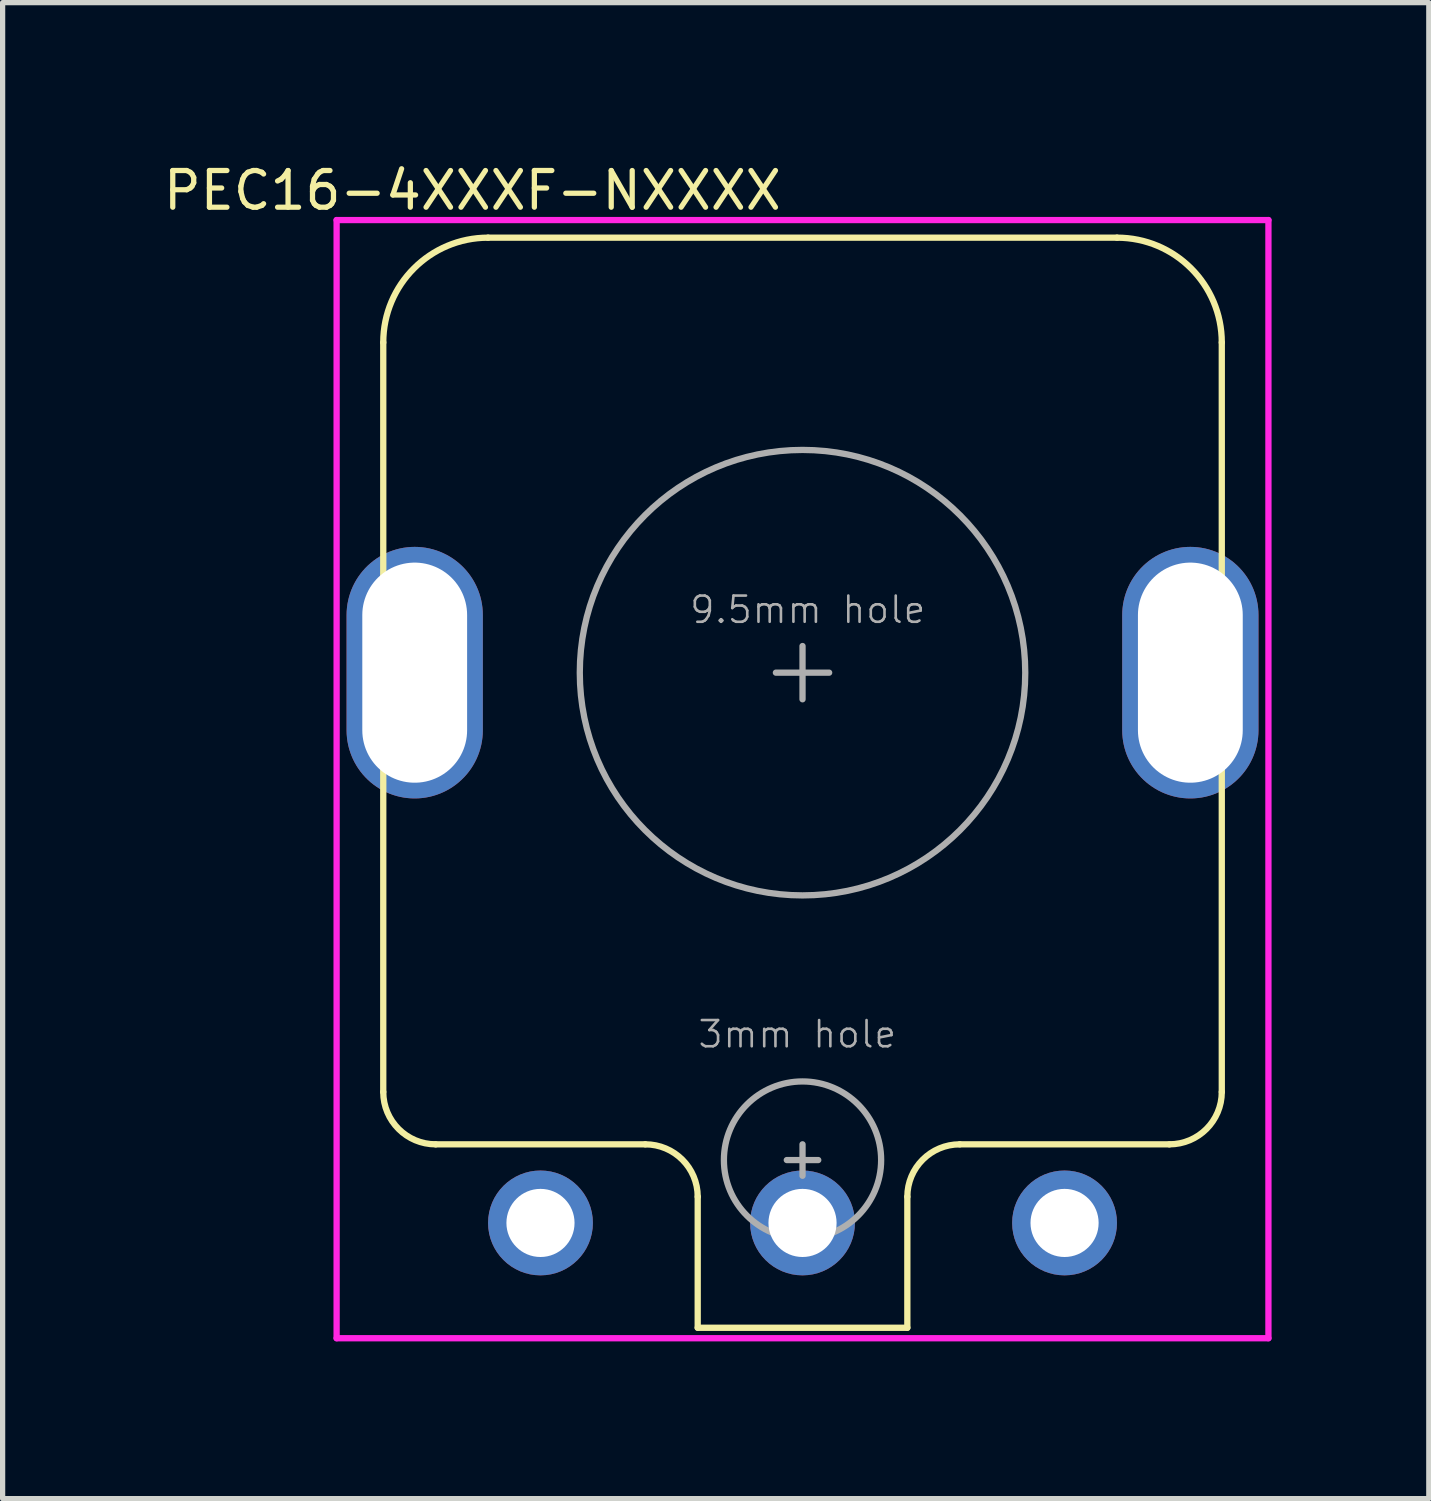
<source format=kicad_pcb>
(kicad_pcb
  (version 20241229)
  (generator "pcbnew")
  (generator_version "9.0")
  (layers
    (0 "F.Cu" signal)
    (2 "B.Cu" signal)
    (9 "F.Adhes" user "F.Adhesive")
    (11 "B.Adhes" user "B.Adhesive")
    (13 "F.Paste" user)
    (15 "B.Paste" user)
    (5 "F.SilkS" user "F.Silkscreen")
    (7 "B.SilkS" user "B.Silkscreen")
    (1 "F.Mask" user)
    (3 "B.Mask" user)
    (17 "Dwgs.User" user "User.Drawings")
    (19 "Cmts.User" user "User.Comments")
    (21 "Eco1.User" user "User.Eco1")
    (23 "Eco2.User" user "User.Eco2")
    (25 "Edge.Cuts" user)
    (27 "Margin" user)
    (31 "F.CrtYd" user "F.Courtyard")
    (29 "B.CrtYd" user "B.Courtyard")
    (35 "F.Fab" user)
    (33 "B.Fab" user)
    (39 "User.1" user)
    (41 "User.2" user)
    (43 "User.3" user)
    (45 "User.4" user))
  (footprint "PEC16-4XXXF-NXXXX"
    (layer "F.Cu")
    (at 12.263 9.785)
    (property "Reference" "PEC16-4XXXF-NXXXX" (at -6.3 -9.2 0) (layer "F.SilkS") (effects (font (size 0.7 0.7) (thickness 0.1))))
    (attr through_hole)
    (fp_line (start -8 8) (end -8 -6.3) (stroke (width 0.12) (type solid)) (layer "F.SilkS"))
    (fp_line (start -7 9) (end -3 9) (stroke (width 0.12) (type solid)) (layer "F.SilkS"))
    (fp_line (start -6 -8.3) (end 6 -8.3) (stroke (width 0.12) (type solid)) (layer "F.SilkS"))
    (fp_line (start -2 10) (end -2 12.5) (stroke (width 0.12) (type solid)) (layer "F.SilkS"))
    (fp_line (start -2 12.5) (end 2 12.5) (stroke (width 0.12) (type solid)) (layer "F.SilkS"))
    (fp_line (start 2 10) (end 2 12.5) (stroke (width 0.12) (type solid)) (layer "F.SilkS"))
    (fp_line (start 3 9) (end 7 9) (stroke (width 0.12) (type solid)) (layer "F.SilkS"))
    (fp_line (start 8 8) (end 8 -6.3) (stroke (width 0.12) (type solid)) (layer "F.SilkS"))
    (fp_arc (start -8 -6.3) (mid -7.414214 -7.714214) (end -6 -8.3) (stroke (width 0.12) (type solid)) (layer "F.SilkS"))
    (fp_arc (start -7 9) (mid -7.707107 8.707107) (end -8 8) (stroke (width 0.12) (type solid)) (layer "F.SilkS"))
    (fp_arc (start -3 9) (mid -2.292893 9.292893) (end -2 10) (stroke (width 0.12) (type solid)) (layer "F.SilkS"))
    (fp_arc (start 2 10) (mid 2.292893 9.292893) (end 3 9) (stroke (width 0.12) (type solid)) (layer "F.SilkS"))
    (fp_arc (start 6 -8.3) (mid 7.414214 -7.714214) (end 8 -6.3) (stroke (width 0.12) (type solid)) (layer "F.SilkS"))
    (fp_arc (start 8 8) (mid 7.707107 8.707107) (end 7 9) (stroke (width 0.12) (type solid)) (layer "F.SilkS"))
    (fp_line (start -8.89 12.7) (end -8.89 -8.636) (stroke (width 0.12) (type solid)) (layer "F.CrtYd"))
    (fp_line (start -8.89 12.7) (end 8.89 12.7) (stroke (width 0.12) (type solid)) (layer "F.CrtYd"))
    (fp_line (start 8.89 -8.636) (end -8.89 -8.636) (stroke (width 0.12) (type solid)) (layer "F.CrtYd"))
    (fp_line (start 8.89 12.7) (end 8.89 -8.636) (stroke (width 0.12) (type solid)) (layer "F.CrtYd"))
    (fp_line (start -0.508 0) (end 0.508 0) (stroke (width 0.12) (type solid)) (layer "F.Fab"))
    (fp_line (start -0.3 9.3) (end 0.3 9.3) (stroke (width 0.12) (type solid)) (layer "F.Fab"))
    (fp_line (start 0 -0.508) (end 0 0.508) (stroke (width 0.12) (type solid)) (layer "F.Fab"))
    (fp_line (start 0 9) (end 0 9.6) (stroke (width 0.12) (type solid)) (layer "F.Fab"))
    (fp_circle (center 0 0) (end 4.25 0) (stroke (width 0.12) (type solid)) (fill no) (layer "F.Fab"))
    (fp_circle (center 0 9.3) (end 1.5 9.3) (stroke (width 0.12) (type solid)) (fill no) (layer "F.Fab"))
    (fp_text user "3mm hole" (at -0.1 6.9 0) (layer "F.Fab") (effects (font (size 0.5 0.5) (thickness 0.05))))
    (fp_text user "9.5mm hole" (at 0.1 -1.2 0) (layer "F.Fab") (effects (font (size 0.5 0.5) (thickness 0.05))))
    (pad "A" thru_hole circle (at -5 10.5) (size 2 2) (drill 1.3) (layers "*.Cu" "*.Mask"))
    (pad "B" thru_hole circle (at 0 10.5) (size 2 2) (drill 1.3) (layers "*.Cu" "*.Mask"))
    (pad "C" thru_hole circle (at 5 10.5) (size 2 2) (drill 1.3) (layers "*.Cu" "*.Mask"))
    (pad "~" thru_hole oval (at -7.4 0) (size 2.6 4.8) (drill oval 2 4.2) (layers "*.Cu" "*.Mask"))
    (pad "~" thru_hole oval (at 7.4 0) (size 2.6 4.8) (drill oval 2 4.2) (layers "*.Cu" "*.Mask")))
  (gr_rect
    (start -3 -3)
    (end 24.213 25.545)
    (stroke (width 0.1) (type default))
    (fill no)
    (layer "Edge.Cuts")))
</source>
